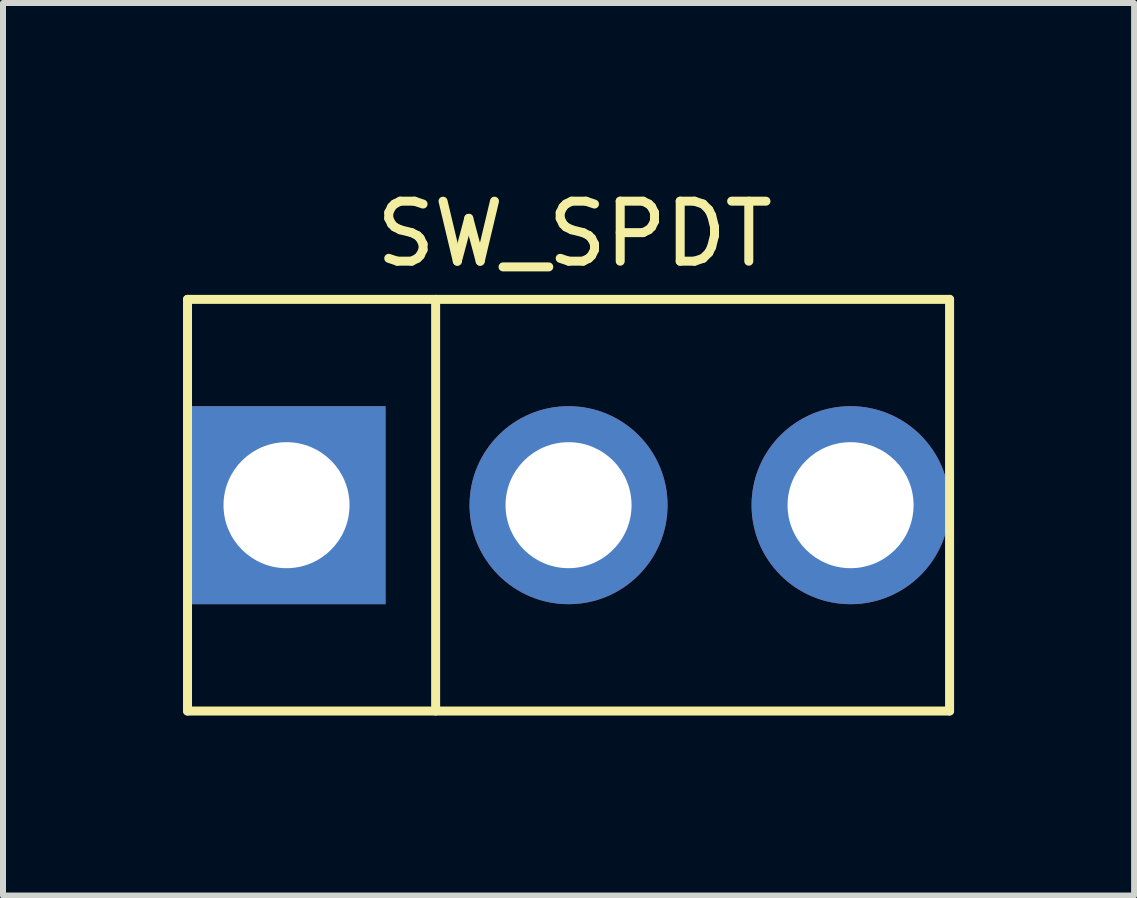
<source format=kicad_pcb>
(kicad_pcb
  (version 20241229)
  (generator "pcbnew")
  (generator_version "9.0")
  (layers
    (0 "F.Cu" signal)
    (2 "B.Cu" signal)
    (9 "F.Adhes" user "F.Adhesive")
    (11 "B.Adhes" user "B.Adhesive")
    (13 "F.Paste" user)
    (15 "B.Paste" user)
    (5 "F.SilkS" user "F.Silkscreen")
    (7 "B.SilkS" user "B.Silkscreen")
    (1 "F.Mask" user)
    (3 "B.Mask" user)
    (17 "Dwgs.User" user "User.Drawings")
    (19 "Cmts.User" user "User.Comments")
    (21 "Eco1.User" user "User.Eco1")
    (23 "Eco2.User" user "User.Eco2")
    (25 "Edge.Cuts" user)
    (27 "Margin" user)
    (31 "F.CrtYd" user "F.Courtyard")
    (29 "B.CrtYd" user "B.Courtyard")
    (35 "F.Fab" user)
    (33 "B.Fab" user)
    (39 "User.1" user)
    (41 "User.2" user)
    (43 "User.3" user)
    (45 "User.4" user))
  (footprint "SW_SPDT"
    (layer "F.Cu")
    (at 6.425 5.369)
    (property "Reference" "SW_SPDT" (at 0.099 -4.521 0) (layer "F.SilkS") (effects (font (size 1 1) (thickness 0.15))))
    (attr through_hole)
    (fp_line (start -6.35 -3.43) (end 6.35 -3.43) (stroke (width 0.15) (type solid)) (layer "F.SilkS"))
    (fp_line (start -6.35 3.43) (end -6.35 -3.43) (stroke (width 0.15) (type solid)) (layer "F.SilkS"))
    (fp_line (start -2.215 -3.43) (end -2.215 3.43) (stroke (width 0.15) (type solid)) (layer "F.SilkS"))
    (fp_line (start 6.35 -3.43) (end 6.35 3.43) (stroke (width 0.15) (type solid)) (layer "F.SilkS"))
    (fp_line (start 6.35 3.43) (end -6.35 3.43) (stroke (width 0.15) (type solid)) (layer "F.SilkS"))
    (pad "1" thru_hole rect (at -4.7 0) (size 3.3 3.3) (drill 2.1) (layers "*.Cu" "*.Mask"))
    (pad "2" thru_hole circle (at 0 0) (size 3.3 3.3) (drill 2.1) (layers "*.Cu" "*.Mask"))
    (pad "3" thru_hole circle (at 4.7 0) (size 3.3 3.3) (drill 2.1) (layers "*.Cu" "*.Mask")))
  (gr_rect
    (start -3 -3)
    (end 15.85 11.874)
    (stroke (width 0.1) (type default))
    (fill no)
    (layer "Edge.Cuts")))
</source>
